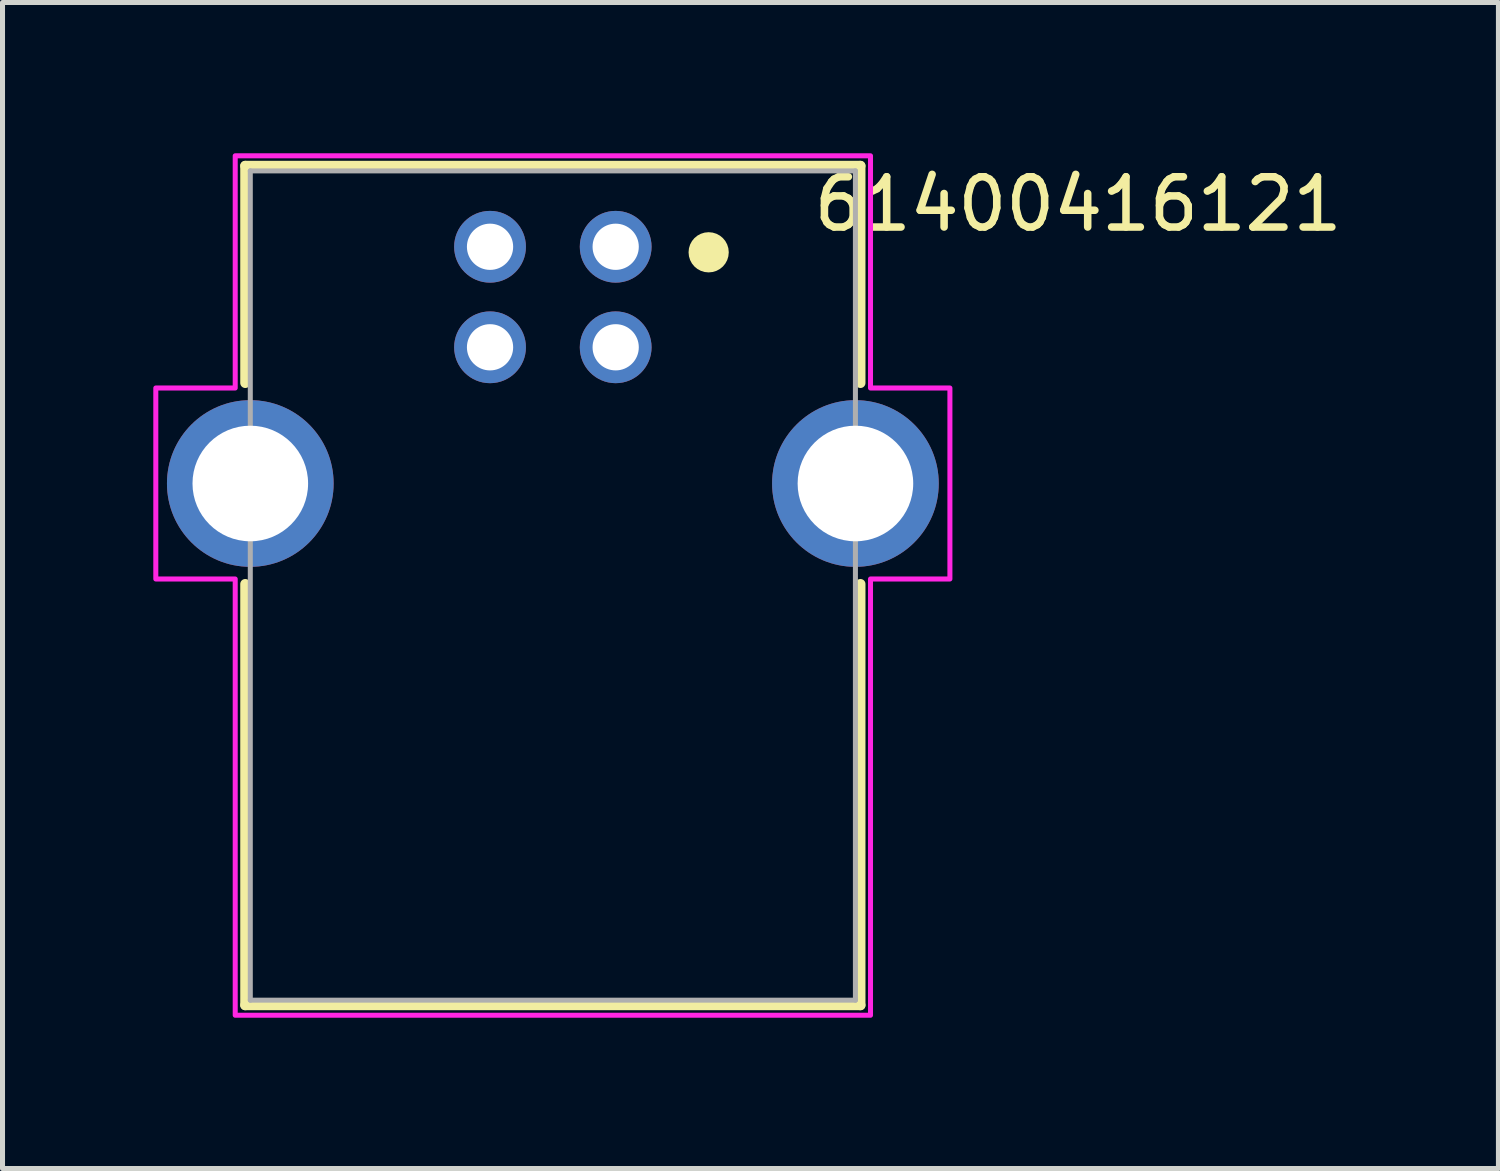
<source format=kicad_pcb>
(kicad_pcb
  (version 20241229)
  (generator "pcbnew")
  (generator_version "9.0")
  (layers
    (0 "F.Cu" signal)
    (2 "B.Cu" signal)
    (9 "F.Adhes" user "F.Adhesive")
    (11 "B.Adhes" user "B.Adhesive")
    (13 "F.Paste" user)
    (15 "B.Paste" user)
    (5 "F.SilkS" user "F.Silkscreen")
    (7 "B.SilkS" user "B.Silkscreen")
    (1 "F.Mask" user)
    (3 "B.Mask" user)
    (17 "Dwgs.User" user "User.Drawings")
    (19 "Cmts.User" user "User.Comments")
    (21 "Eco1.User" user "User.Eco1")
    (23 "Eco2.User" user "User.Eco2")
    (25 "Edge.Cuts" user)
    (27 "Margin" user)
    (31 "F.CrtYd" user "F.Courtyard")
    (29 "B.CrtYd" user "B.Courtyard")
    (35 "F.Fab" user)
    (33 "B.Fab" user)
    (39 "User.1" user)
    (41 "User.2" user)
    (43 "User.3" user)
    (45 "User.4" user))
  (footprint "61400416121"
    (layer "F.Cu")
    (at 7.95 8.6)
    (property "Reference" "61400416121" (at 10.451 -7.588 0) (layer "F.SilkS") (effects (font (size 1 1) (thickness 0.15))))
    (attr through_hole)
    (fp_line (start -6.12 -8.35) (end -6.12 -4.03) (stroke (width 0.2) (type solid)) (layer "F.SilkS"))
    (fp_line (start -6.12 -8.35) (end 6.12 -8.35) (stroke (width 0.2) (type solid)) (layer "F.SilkS"))
    (fp_line (start -6.12 -0.03) (end -6.12 8.35) (stroke (width 0.2) (type solid)) (layer "F.SilkS"))
    (fp_line (start -6.12 8.35) (end 6.12 8.35) (stroke (width 0.2) (type solid)) (layer "F.SilkS"))
    (fp_line (start 6.12 -8.35) (end 6.12 -4.03) (stroke (width 0.2) (type solid)) (layer "F.SilkS"))
    (fp_line (start 6.12 8.35) (end 6.12 -0.03) (stroke (width 0.2) (type solid)) (layer "F.SilkS"))
    (fp_circle (center 3.1 -6.63) (end 3.3 -6.63) (stroke (width 0.4) (type solid)) (fill no) (layer "F.SilkS"))
    (fp_poly (pts (xy -6.32 -8.55) (xy 6.32 -8.55) (xy 6.32 -3.93) (xy 7.9 -3.93) (xy 7.9 -0.13) (xy 6.32 -0.13) (xy 6.32 8.55) (xy -6.32 8.55) (xy -6.32 -0.13) (xy -7.9 -0.13) (xy -7.9 -3.93) (xy -6.32 -3.93)) (stroke (width 0.1) (type solid)) (fill no) (layer "F.CrtYd"))
    (fp_line (start -6.02 -8.25) (end -6.02 8.25) (stroke (width 0.1) (type solid)) (layer "F.Fab"))
    (fp_line (start -6.02 8.25) (end 6.02 8.25) (stroke (width 0.1) (type solid)) (layer "F.Fab"))
    (fp_line (start 6.02 -8.25) (end -6.02 -8.25) (stroke (width 0.1) (type solid)) (layer "F.Fab"))
    (fp_line (start 6.02 8.25) (end 6.02 -8.25) (stroke (width 0.1) (type solid)) (layer "F.Fab"))
    (pad "1" thru_hole circle (at 1.25 -6.74) (size 1.428 1.428) (drill 0.92) (layers "*.Cu" "*.Mask"))
    (pad "2" thru_hole circle (at -1.25 -6.74) (size 1.428 1.428) (drill 0.92) (layers "*.Cu" "*.Mask"))
    (pad "3" thru_hole circle (at -1.25 -4.74) (size 1.428 1.428) (drill 0.92) (layers "*.Cu" "*.Mask"))
    (pad "4" thru_hole circle (at 1.25 -4.74) (size 1.428 1.428) (drill 0.92) (layers "*.Cu" "*.Mask"))
    (pad "S1" thru_hole circle (at -6.02 -2.03) (size 3.316 3.316) (drill 2.3) (layers "*.Cu" "*.Mask"))
    (pad "S2" thru_hole circle (at 6.02 -2.03) (size 3.316 3.316) (drill 2.3) (layers "*.Cu" "*.Mask")))
  (gr_rect
    (start -3 -3)
    (end 26.764 20.2)
    (stroke (width 0.1) (type default))
    (fill no)
    (layer "Edge.Cuts")))
</source>
